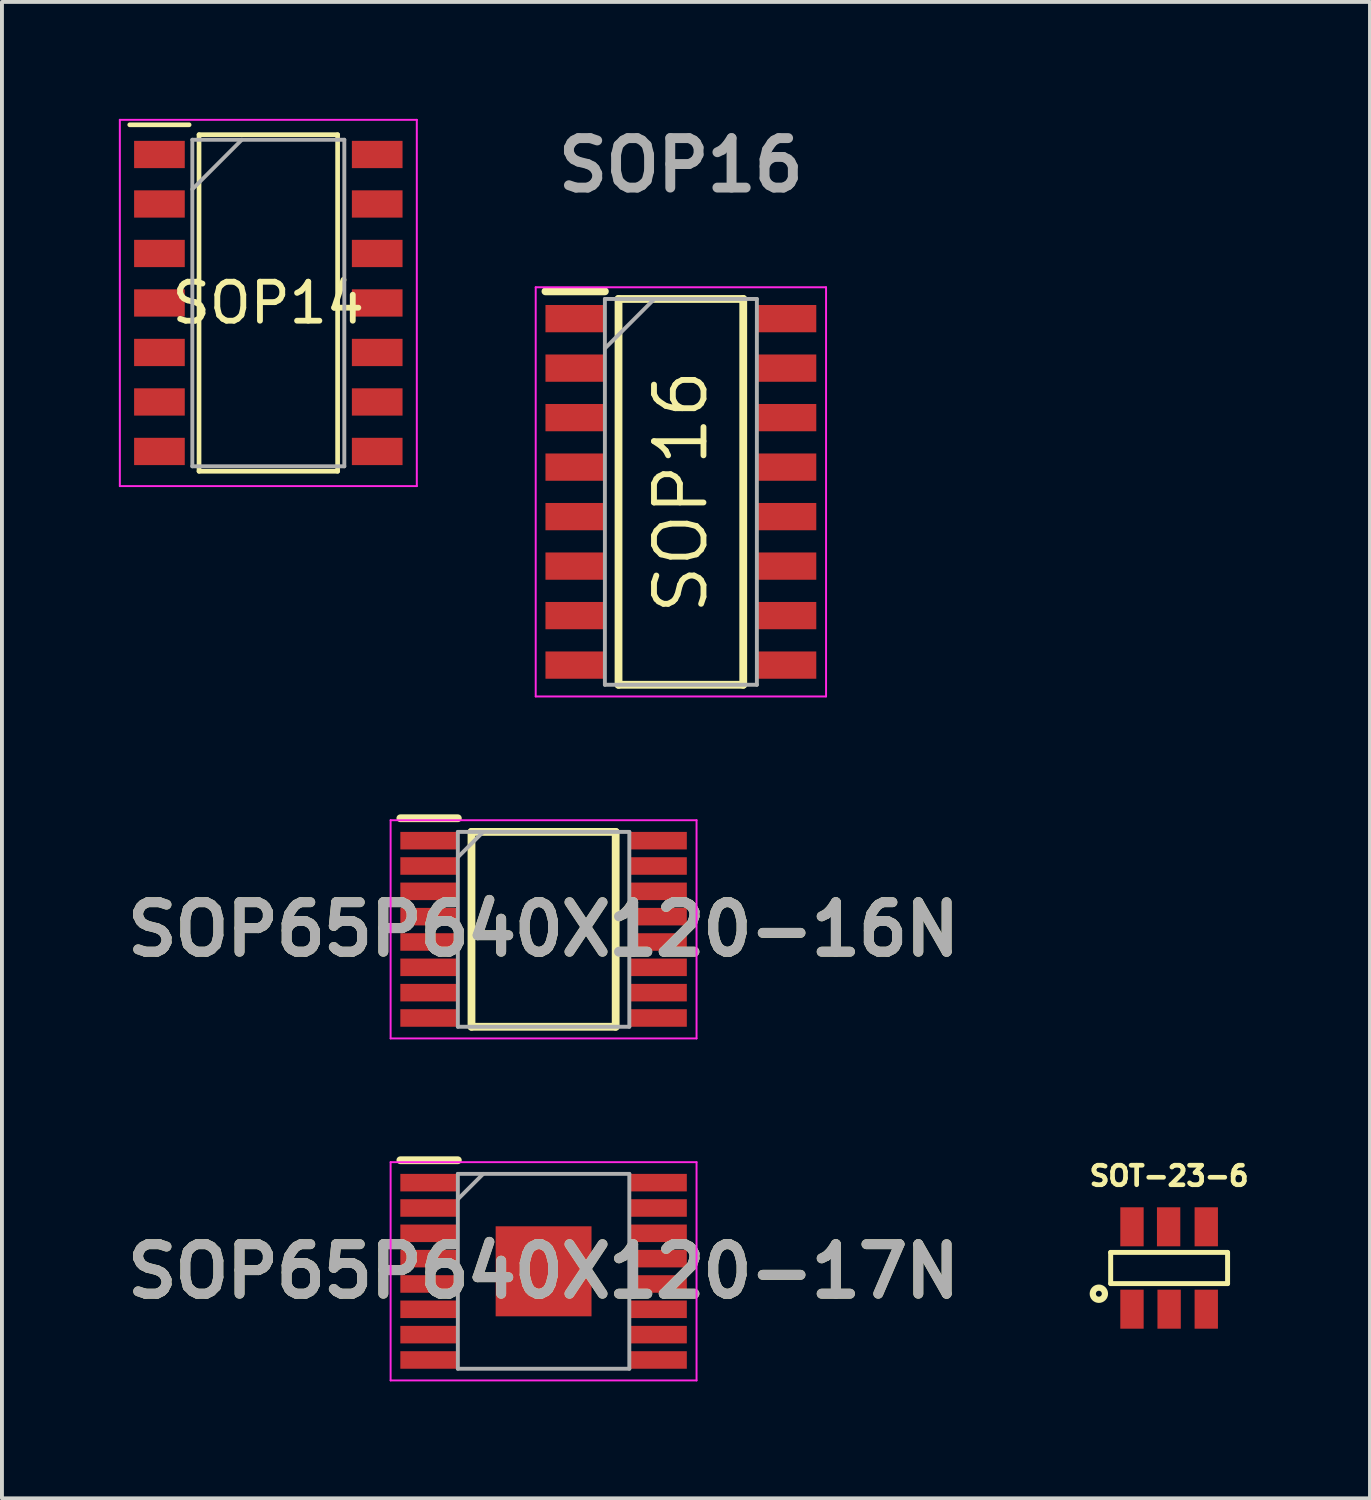
<source format=kicad_pcb>
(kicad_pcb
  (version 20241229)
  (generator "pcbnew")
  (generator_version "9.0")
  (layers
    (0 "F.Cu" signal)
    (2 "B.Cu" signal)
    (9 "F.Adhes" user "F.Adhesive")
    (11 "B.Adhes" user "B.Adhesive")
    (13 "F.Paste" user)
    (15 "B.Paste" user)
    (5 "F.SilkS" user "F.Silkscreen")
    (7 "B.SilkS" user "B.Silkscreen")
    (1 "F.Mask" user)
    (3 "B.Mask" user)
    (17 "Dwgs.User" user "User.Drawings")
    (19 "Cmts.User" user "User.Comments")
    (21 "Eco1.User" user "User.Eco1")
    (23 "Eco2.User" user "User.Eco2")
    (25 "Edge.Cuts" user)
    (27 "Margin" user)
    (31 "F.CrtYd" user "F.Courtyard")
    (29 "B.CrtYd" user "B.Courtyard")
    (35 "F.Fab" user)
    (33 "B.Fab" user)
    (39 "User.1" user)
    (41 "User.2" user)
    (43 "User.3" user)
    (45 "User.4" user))
  (footprint "SOP65P640X120-17N"
    (layer "F.Cu")
    (at 10.898 29.571)
    (property "Reference" "SOP65P640X120-17N" (at 0 0 0) (layer "F.SilkS") (effects (font (size 1.27 1.27) (thickness 0.254))))
    (attr smd)
    (fp_line (start -3.675 -2.85) (end -2.2 -2.85) (stroke (width 0.2) (type solid)) (layer "F.SilkS"))
    (fp_line (start -3.925 -2.8) (end 3.925 -2.8) (stroke (width 0.05) (type solid)) (layer "F.CrtYd"))
    (fp_line (start -3.925 2.8) (end -3.925 -2.8) (stroke (width 0.05) (type solid)) (layer "F.CrtYd"))
    (fp_line (start 3.925 -2.8) (end 3.925 2.8) (stroke (width 0.05) (type solid)) (layer "F.CrtYd"))
    (fp_line (start 3.925 2.8) (end -3.925 2.8) (stroke (width 0.05) (type solid)) (layer "F.CrtYd"))
    (fp_line (start -2.2 -2.5) (end 2.2 -2.5) (stroke (width 0.1) (type solid)) (layer "F.Fab"))
    (fp_line (start -2.2 -1.85) (end -1.55 -2.5) (stroke (width 0.1) (type solid)) (layer "F.Fab"))
    (fp_line (start -2.2 2.5) (end -2.2 -2.5) (stroke (width 0.1) (type solid)) (layer "F.Fab"))
    (fp_line (start 2.2 -2.5) (end 2.2 2.5) (stroke (width 0.1) (type solid)) (layer "F.Fab"))
    (fp_line (start 2.2 2.5) (end -2.2 2.5) (stroke (width 0.1) (type solid)) (layer "F.Fab"))
    (fp_text user "${REFERENCE}" (at 0 0 0) (layer "F.Fab") (effects (font (size 1.27 1.27) (thickness 0.254))))
    (pad "1" smd rect (at -2.938 -2.275 90) (size 0.45 1.475) (layers "F.Cu" "F.Mask" "F.Paste"))
    (pad "2" smd rect (at -2.938 -1.625 90) (size 0.45 1.475) (layers "F.Cu" "F.Mask" "F.Paste"))
    (pad "3" smd rect (at -2.938 -0.975 90) (size 0.45 1.475) (layers "F.Cu" "F.Mask" "F.Paste"))
    (pad "4" smd rect (at -2.938 -0.325 90) (size 0.45 1.475) (layers "F.Cu" "F.Mask" "F.Paste"))
    (pad "5" smd rect (at -2.938 0.325 90) (size 0.45 1.475) (layers "F.Cu" "F.Mask" "F.Paste"))
    (pad "6" smd rect (at -2.938 0.975 90) (size 0.45 1.475) (layers "F.Cu" "F.Mask" "F.Paste"))
    (pad "7" smd rect (at -2.938 1.625 90) (size 0.45 1.475) (layers "F.Cu" "F.Mask" "F.Paste"))
    (pad "8" smd rect (at -2.938 2.275 90) (size 0.45 1.475) (layers "F.Cu" "F.Mask" "F.Paste"))
    (pad "9" smd rect (at 2.938 2.275 90) (size 0.45 1.475) (layers "F.Cu" "F.Mask" "F.Paste"))
    (pad "10" smd rect (at 2.938 1.625 90) (size 0.45 1.475) (layers "F.Cu" "F.Mask" "F.Paste"))
    (pad "11" smd rect (at 2.938 0.975 90) (size 0.45 1.475) (layers "F.Cu" "F.Mask" "F.Paste"))
    (pad "12" smd rect (at 2.938 0.325 90) (size 0.45 1.475) (layers "F.Cu" "F.Mask" "F.Paste"))
    (pad "13" smd rect (at 2.938 -0.325 90) (size 0.45 1.475) (layers "F.Cu" "F.Mask" "F.Paste"))
    (pad "14" smd rect (at 2.938 -0.975 90) (size 0.45 1.475) (layers "F.Cu" "F.Mask" "F.Paste"))
    (pad "15" smd rect (at 2.938 -1.625 90) (size 0.45 1.475) (layers "F.Cu" "F.Mask" "F.Paste"))
    (pad "16" smd rect (at 2.938 -2.275 90) (size 0.45 1.475) (layers "F.Cu" "F.Mask" "F.Paste"))
    (pad "17" smd rect (at 0 0 90) (size 2.31 2.46) (layers "F.Cu" "F.Mask" "F.Paste")))
  (footprint "SOP16"
    (layer "F.Cu")
    (at 14.421 9.571)
    (property "Reference" "SOP16" (at 0 0 90) (layer "F.SilkS") (effects (font (size 1.27 1.27) (thickness 0.15))))
    (attr smd)
    (fp_line (start -3.475 -5.145) (end -1.95 -5.145) (stroke (width 0.2) (type solid)) (layer "F.SilkS"))
    (fp_line (start -1.6 -4.95) (end 1.6 -4.95) (stroke (width 0.2) (type solid)) (layer "F.SilkS"))
    (fp_line (start -1.6 4.95) (end -1.6 -4.95) (stroke (width 0.2) (type solid)) (layer "F.SilkS"))
    (fp_line (start 1.6 -4.95) (end 1.6 4.95) (stroke (width 0.2) (type solid)) (layer "F.SilkS"))
    (fp_line (start 1.6 4.95) (end -1.6 4.95) (stroke (width 0.2) (type solid)) (layer "F.SilkS"))
    (fp_line (start -3.725 -5.25) (end 3.725 -5.25) (stroke (width 0.05) (type solid)) (layer "F.CrtYd"))
    (fp_line (start -3.725 5.25) (end -3.725 -5.25) (stroke (width 0.05) (type solid)) (layer "F.CrtYd"))
    (fp_line (start 3.725 -5.25) (end 3.725 5.25) (stroke (width 0.05) (type solid)) (layer "F.CrtYd"))
    (fp_line (start 3.725 5.25) (end -3.725 5.25) (stroke (width 0.05) (type solid)) (layer "F.CrtYd"))
    (fp_line (start -1.95 -4.95) (end 1.95 -4.95) (stroke (width 0.1) (type solid)) (layer "F.Fab"))
    (fp_line (start -1.95 -3.68) (end -0.68 -4.95) (stroke (width 0.1) (type solid)) (layer "F.Fab"))
    (fp_line (start -1.95 4.95) (end -1.95 -4.95) (stroke (width 0.1) (type solid)) (layer "F.Fab"))
    (fp_line (start 1.95 -4.95) (end 1.95 4.95) (stroke (width 0.1) (type solid)) (layer "F.Fab"))
    (fp_line (start 1.95 4.95) (end -1.95 4.95) (stroke (width 0.1) (type solid)) (layer "F.Fab"))
    (fp_text user "${REFERENCE}" (at 0 -8.382 0) (layer "F.Fab") (effects (font (size 1.27 1.27) (thickness 0.254))))
    (pad "1" smd rect (at -2.712 -4.445 90) (size 0.7 1.525) (layers "F.Cu" "F.Mask" "F.Paste"))
    (pad "2" smd rect (at -2.712 -3.175 90) (size 0.7 1.525) (layers "F.Cu" "F.Mask" "F.Paste"))
    (pad "3" smd rect (at -2.712 -1.905 90) (size 0.7 1.525) (layers "F.Cu" "F.Mask" "F.Paste"))
    (pad "4" smd rect (at -2.712 -0.635 90) (size 0.7 1.525) (layers "F.Cu" "F.Mask" "F.Paste"))
    (pad "5" smd rect (at -2.712 0.635 90) (size 0.7 1.525) (layers "F.Cu" "F.Mask" "F.Paste"))
    (pad "6" smd rect (at -2.712 1.905 90) (size 0.7 1.525) (layers "F.Cu" "F.Mask" "F.Paste"))
    (pad "7" smd rect (at -2.712 3.175 90) (size 0.7 1.525) (layers "F.Cu" "F.Mask" "F.Paste"))
    (pad "8" smd rect (at -2.712 4.445 90) (size 0.7 1.525) (layers "F.Cu" "F.Mask" "F.Paste"))
    (pad "9" smd rect (at 2.712 4.445 90) (size 0.7 1.525) (layers "F.Cu" "F.Mask" "F.Paste"))
    (pad "10" smd rect (at 2.712 3.175 90) (size 0.7 1.525) (layers "F.Cu" "F.Mask" "F.Paste"))
    (pad "11" smd rect (at 2.712 1.905 90) (size 0.7 1.525) (layers "F.Cu" "F.Mask" "F.Paste"))
    (pad "12" smd rect (at 2.712 0.635 90) (size 0.7 1.525) (layers "F.Cu" "F.Mask" "F.Paste"))
    (pad "13" smd rect (at 2.712 -0.635 90) (size 0.7 1.525) (layers "F.Cu" "F.Mask" "F.Paste"))
    (pad "14" smd rect (at 2.712 -1.905 90) (size 0.7 1.525) (layers "F.Cu" "F.Mask" "F.Paste"))
    (pad "15" smd rect (at 2.712 -3.175 90) (size 0.7 1.525) (layers "F.Cu" "F.Mask" "F.Paste"))
    (pad "16" smd rect (at 2.712 -4.445 90) (size 0.7 1.525) (layers "F.Cu" "F.Mask" "F.Paste")))
  (footprint "SOP14"
    (layer "F.Cu")
    (at 3.835 4.724)
    (property "Reference" "SOP14" (at 0 0 0) (layer "F.SilkS") (effects (font (size 1 1) (thickness 0.15))))
    (attr through_hole)
    (fp_line (start -2.032 -4.572) (end -3.556 -4.572) (stroke (width 0.12) (type solid)) (layer "F.SilkS"))
    (fp_line (start -1.778 -4.318) (end -1.778 4.318) (stroke (width 0.12) (type solid)) (layer "F.SilkS"))
    (fp_line (start -1.778 4.318) (end 1.778 4.318) (stroke (width 0.12) (type solid)) (layer "F.SilkS"))
    (fp_line (start 1.778 -4.318) (end -1.778 -4.318) (stroke (width 0.12) (type solid)) (layer "F.SilkS"))
    (fp_line (start 1.778 4.318) (end 1.778 -4.318) (stroke (width 0.12) (type solid)) (layer "F.SilkS"))
    (fp_line (start -3.81 -4.699) (end 3.81 -4.699) (stroke (width 0.051) (type solid)) (layer "F.CrtYd"))
    (fp_line (start -3.81 4.699) (end -3.81 -4.699) (stroke (width 0.051) (type solid)) (layer "F.CrtYd"))
    (fp_line (start 3.81 -4.699) (end 3.81 4.699) (stroke (width 0.051) (type solid)) (layer "F.CrtYd"))
    (fp_line (start 3.81 4.699) (end -3.81 4.699) (stroke (width 0.051) (type solid)) (layer "F.CrtYd"))
    (fp_line (start -1.95 -4.188) (end 1.95 -4.188) (stroke (width 0.1) (type solid)) (layer "F.Fab"))
    (fp_line (start -1.95 -2.918) (end -0.68 -4.188) (stroke (width 0.1) (type solid)) (layer "F.Fab"))
    (fp_line (start -1.95 4.191) (end -1.95 -4.188) (stroke (width 0.1) (type solid)) (layer "F.Fab"))
    (fp_line (start 1.95 -4.188) (end 1.95 4.191) (stroke (width 0.1) (type solid)) (layer "F.Fab"))
    (fp_line (start 1.95 4.191) (end -1.95 4.191) (stroke (width 0.1) (type solid)) (layer "F.Fab"))
    (pad "1" smd rect (at -2.794 -3.81) (size 1.3 0.7) (layers "F.Cu" "F.Mask" "F.Paste"))
    (pad "2" smd rect (at -2.794 -2.54) (size 1.3 0.7) (layers "F.Cu" "F.Mask" "F.Paste"))
    (pad "3" smd rect (at -2.794 -1.27) (size 1.3 0.7) (layers "F.Cu" "F.Mask" "F.Paste"))
    (pad "4" smd rect (at -2.794 0) (size 1.3 0.7) (layers "F.Cu" "F.Mask" "F.Paste"))
    (pad "5" smd rect (at -2.794 1.27) (size 1.3 0.7) (layers "F.Cu" "F.Mask" "F.Paste"))
    (pad "6" smd rect (at -2.794 2.54) (size 1.3 0.7) (layers "F.Cu" "F.Mask" "F.Paste"))
    (pad "7" smd rect (at -2.794 3.81) (size 1.3 0.7) (layers "F.Cu" "F.Mask" "F.Paste"))
    (pad "8" smd rect (at 2.794 3.81) (size 1.3 0.7) (layers "F.Cu" "F.Mask" "F.Paste"))
    (pad "9" smd rect (at 2.794 2.54) (size 1.3 0.7) (layers "F.Cu" "F.Mask" "F.Paste"))
    (pad "10" smd rect (at 2.794 1.27) (size 1.3 0.7) (layers "F.Cu" "F.Mask" "F.Paste"))
    (pad "11" smd rect (at 2.794 0) (size 1.3 0.7) (layers "F.Cu" "F.Mask" "F.Paste"))
    (pad "12" smd rect (at 2.794 -1.27) (size 1.3 0.7) (layers "F.Cu" "F.Mask" "F.Paste"))
    (pad "13" smd rect (at 2.794 -2.54) (size 1.3 0.7) (layers "F.Cu" "F.Mask" "F.Paste"))
    (pad "14" smd rect (at 2.794 -3.81) (size 1.3 0.7) (layers "F.Cu" "F.Mask" "F.Paste")))
  (footprint "SOT-23-6"
    (layer "F.Cu")
    (at 26.949 29.486)
    (property "Reference" "SOT-23-6" (at 0 -2.362 0) (layer "F.SilkS") (effects (font (size 0.5 0.5) (thickness 0.12))))
    (attr through_hole)
    (fp_line (start -1.5 -0.4) (end 1.497 -0.4) (stroke (width 0.127) (type solid)) (layer "F.SilkS"))
    (fp_line (start -1.5 0.4) (end -1.5 -0.4) (stroke (width 0.127) (type solid)) (layer "F.SilkS"))
    (fp_line (start 1.5 -0.4) (end 1.5 0.4) (stroke (width 0.127) (type solid)) (layer "F.SilkS"))
    (fp_line (start 1.5 0.4) (end -1.497 0.4) (stroke (width 0.127) (type solid)) (layer "F.SilkS"))
    (fp_circle (center -1.803 0.66) (end -1.727 0.66) (stroke (width 0.16) (type solid)) (fill no) (layer "F.SilkS"))
    (pad "1" smd rect (at -0.953 1.057) (size 0.599 1.001) (layers "F.Cu" "F.Mask" "F.Paste"))
    (pad "2" smd rect (at 0 1.057) (size 0.599 1.001) (layers "F.Cu" "F.Mask" "F.Paste"))
    (pad "3" smd rect (at 0.953 1.057) (size 0.599 1.001) (layers "F.Cu" "F.Mask" "F.Paste"))
    (pad "4" smd rect (at 0.953 -1.057) (size 0.599 1.001) (layers "F.Cu" "F.Mask" "F.Paste"))
    (pad "5" smd rect (at -0.013 -1.057) (size 0.599 1.001) (layers "F.Cu" "F.Mask" "F.Paste"))
    (pad "6" smd rect (at -0.953 -1.057) (size 0.599 1.001) (layers "F.Cu" "F.Mask" "F.Paste")))
  (footprint "SOP65P640X120-16N"
    (layer "F.Cu")
    (at 10.898 20.796)
    (property "Reference" "SOP65P640X120-16N" (at 0 0 0) (layer "F.SilkS") (effects (font (size 1.27 1.27) (thickness 0.254))))
    (attr smd)
    (fp_line (start -3.675 -2.85) (end -2.2 -2.85) (stroke (width 0.2) (type solid)) (layer "F.SilkS"))
    (fp_line (start -1.85 -2.5) (end 1.85 -2.5) (stroke (width 0.2) (type solid)) (layer "F.SilkS"))
    (fp_line (start -1.85 2.5) (end -1.85 -2.5) (stroke (width 0.2) (type solid)) (layer "F.SilkS"))
    (fp_line (start 1.85 -2.5) (end 1.85 2.5) (stroke (width 0.2) (type solid)) (layer "F.SilkS"))
    (fp_line (start 1.85 2.5) (end -1.85 2.5) (stroke (width 0.2) (type solid)) (layer "F.SilkS"))
    (fp_line (start -3.925 -2.8) (end 3.925 -2.8) (stroke (width 0.05) (type solid)) (layer "F.CrtYd"))
    (fp_line (start -3.925 2.8) (end -3.925 -2.8) (stroke (width 0.05) (type solid)) (layer "F.CrtYd"))
    (fp_line (start 3.925 -2.8) (end 3.925 2.8) (stroke (width 0.05) (type solid)) (layer "F.CrtYd"))
    (fp_line (start 3.925 2.8) (end -3.925 2.8) (stroke (width 0.05) (type solid)) (layer "F.CrtYd"))
    (fp_line (start -2.2 -2.5) (end 2.2 -2.5) (stroke (width 0.1) (type solid)) (layer "F.Fab"))
    (fp_line (start -2.2 -1.85) (end -1.55 -2.5) (stroke (width 0.1) (type solid)) (layer "F.Fab"))
    (fp_line (start -2.2 2.5) (end -2.2 -2.5) (stroke (width 0.1) (type solid)) (layer "F.Fab"))
    (fp_line (start 2.2 -2.5) (end 2.2 2.5) (stroke (width 0.1) (type solid)) (layer "F.Fab"))
    (fp_line (start 2.2 2.5) (end -2.2 2.5) (stroke (width 0.1) (type solid)) (layer "F.Fab"))
    (fp_text user "${REFERENCE}" (at 0 0 0) (layer "F.Fab") (effects (font (size 1.27 1.27) (thickness 0.254))))
    (pad "1" smd rect (at -2.938 -2.275 90) (size 0.45 1.475) (layers "F.Cu" "F.Mask" "F.Paste"))
    (pad "2" smd rect (at -2.938 -1.625 90) (size 0.45 1.475) (layers "F.Cu" "F.Mask" "F.Paste"))
    (pad "3" smd rect (at -2.938 -0.975 90) (size 0.45 1.475) (layers "F.Cu" "F.Mask" "F.Paste"))
    (pad "4" smd rect (at -2.938 -0.325 90) (size 0.45 1.475) (layers "F.Cu" "F.Mask" "F.Paste"))
    (pad "5" smd rect (at -2.938 0.325 90) (size 0.45 1.475) (layers "F.Cu" "F.Mask" "F.Paste"))
    (pad "6" smd rect (at -2.938 0.975 90) (size 0.45 1.475) (layers "F.Cu" "F.Mask" "F.Paste"))
    (pad "7" smd rect (at -2.938 1.625 90) (size 0.45 1.475) (layers "F.Cu" "F.Mask" "F.Paste"))
    (pad "8" smd rect (at -2.938 2.275 90) (size 0.45 1.475) (layers "F.Cu" "F.Mask" "F.Paste"))
    (pad "9" smd rect (at 2.938 2.275 90) (size 0.45 1.475) (layers "F.Cu" "F.Mask" "F.Paste"))
    (pad "10" smd rect (at 2.938 1.625 90) (size 0.45 1.475) (layers "F.Cu" "F.Mask" "F.Paste"))
    (pad "11" smd rect (at 2.938 0.975 90) (size 0.45 1.475) (layers "F.Cu" "F.Mask" "F.Paste"))
    (pad "12" smd rect (at 2.938 0.325 90) (size 0.45 1.475) (layers "F.Cu" "F.Mask" "F.Paste"))
    (pad "13" smd rect (at 2.938 -0.325 90) (size 0.45 1.475) (layers "F.Cu" "F.Mask" "F.Paste"))
    (pad "14" smd rect (at 2.938 -0.975 90) (size 0.45 1.475) (layers "F.Cu" "F.Mask" "F.Paste"))
    (pad "15" smd rect (at 2.938 -1.625 90) (size 0.45 1.475) (layers "F.Cu" "F.Mask" "F.Paste"))
    (pad "16" smd rect (at 2.938 -2.275 90) (size 0.45 1.475) (layers "F.Cu" "F.Mask" "F.Paste")))
  (gr_rect
    (start -3 -3)
    (end 32.103 35.396)
    (stroke (width 0.1) (type default))
    (fill no)
    (layer "Edge.Cuts")))
</source>
